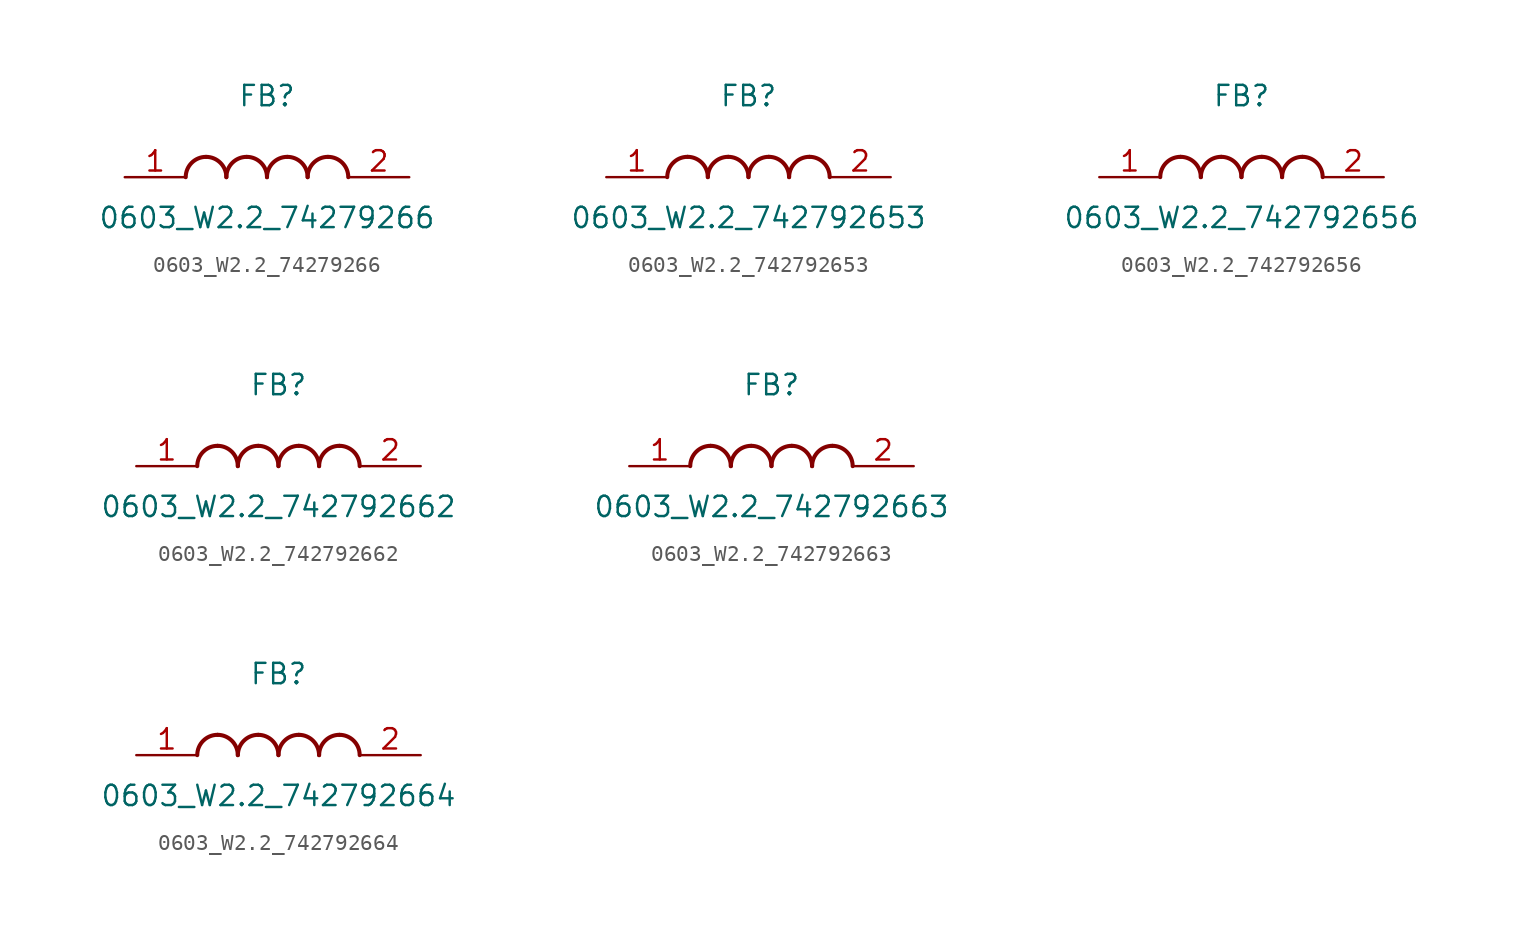
<source format=kicad_sym>
(kicad_symbol_lib
  (version 20211014)
  (generator kicad_symbol_editor)
  (symbol "Ferrite_Wurth_WE-CBF:0603_W2.2_74279266"
    (pin_names hide)
    (property "Reference" "FB"
      (at 0 5.08 0)
      (effects (font (size 1.27 1.27))))
    (property "Value" "0603_W2.2_74279266"
      (at 0 -2.54 0)
      (effects (font (size 1.27 1.27))))
    (symbol "0603_W2.2_74279266_0_1"
      (arc (start -3.81 1.27) (mid -4.708 0.898) (end -5.08 0) (stroke (width 0.254) (type default)) (fill (type none)))
      (arc (start -2.54 0) (mid -2.912 0.898) (end -3.81 1.27) (stroke (width 0.254) (type default)) (fill (type none)))
      (arc (start -1.2699 1.2701) (mid -2.1679 0.8981) (end -2.5399 0.0001) (stroke (width 0.254) (type default)) (fill (type none)))
      (arc (start 0.0001 0.0001) (mid -0.3719 0.8981) (end -1.2699 1.2701) (stroke (width 0.254) (type default)) (fill (type none)))
      (arc (start 1.2701 1.2701) (mid 0.3721 0.8981) (end 0.0001 0.0001) (stroke (width 0.254) (type default)) (fill (type none)))
      (arc (start 2.5401 0.0001) (mid 2.1681 0.8981) (end 1.2701 1.2701) (stroke (width 0.254) (type default)) (fill (type none)))
      (arc (start 3.8101 1.2701) (mid 2.9121 0.8981) (end 2.5401 0.0001) (stroke (width 0.254) (type default)) (fill (type none)))
      (arc (start 5.0801 0.0001) (mid 4.7081 0.8981) (end 3.8101 1.2701) (stroke (width 0.254) (type default)) (fill (type none))))
    (symbol "0603_W2.2_74279266_1_1"
      (pin passive line (at -8.89 0 0) (length 3.81) (name "1" (effects (font (size 1.27 1.27)))) (number "1" (effects (font (size 1.27 1.27)))))
      (pin passive line (at 8.89 0 180) (length 3.81) (name "2" (effects (font (size 1.27 1.27)))) (number "2" (effects (font (size 1.27 1.27)))))))
  (symbol "Ferrite_Wurth_WE-CBF:0603_W2.2_742792653"
    (pin_names hide)
    (property "Reference" "FB"
      (at 0 5.08 0)
      (effects (font (size 1.27 1.27))))
    (property "Value" "0603_W2.2_742792653"
      (at 0 -2.54 0)
      (effects (font (size 1.27 1.27))))
    (symbol "0603_W2.2_742792653_0_1"
      (arc (start -3.81 1.27) (mid -4.708 0.898) (end -5.08 0) (stroke (width 0.254) (type default)) (fill (type none)))
      (arc (start -2.54 0) (mid -2.912 0.898) (end -3.81 1.27) (stroke (width 0.254) (type default)) (fill (type none)))
      (arc (start -1.2699 1.2701) (mid -2.1679 0.8981) (end -2.5399 0.0001) (stroke (width 0.254) (type default)) (fill (type none)))
      (arc (start 0.0001 0.0001) (mid -0.3719 0.8981) (end -1.2699 1.2701) (stroke (width 0.254) (type default)) (fill (type none)))
      (arc (start 1.2701 1.2701) (mid 0.3721 0.8981) (end 0.0001 0.0001) (stroke (width 0.254) (type default)) (fill (type none)))
      (arc (start 2.5401 0.0001) (mid 2.1681 0.8981) (end 1.2701 1.2701) (stroke (width 0.254) (type default)) (fill (type none)))
      (arc (start 3.8101 1.2701) (mid 2.9121 0.8981) (end 2.5401 0.0001) (stroke (width 0.254) (type default)) (fill (type none)))
      (arc (start 5.0801 0.0001) (mid 4.7081 0.8981) (end 3.8101 1.2701) (stroke (width 0.254) (type default)) (fill (type none))))
    (symbol "0603_W2.2_742792653_1_1"
      (pin passive line (at -8.89 0 0) (length 3.81) (name "1" (effects (font (size 1.27 1.27)))) (number "1" (effects (font (size 1.27 1.27)))))
      (pin passive line (at 8.89 0 180) (length 3.81) (name "2" (effects (font (size 1.27 1.27)))) (number "2" (effects (font (size 1.27 1.27)))))))
  (symbol "Ferrite_Wurth_WE-CBF:0603_W2.2_742792656"
    (pin_names hide)
    (property "Reference" "FB"
      (at 0 5.08 0)
      (effects (font (size 1.27 1.27))))
    (property "Value" "0603_W2.2_742792656"
      (at 0 -2.54 0)
      (effects (font (size 1.27 1.27))))
    (symbol "0603_W2.2_742792656_0_1"
      (arc (start -3.81 1.27) (mid -4.708 0.898) (end -5.08 0) (stroke (width 0.254) (type default)) (fill (type none)))
      (arc (start -2.54 0) (mid -2.912 0.898) (end -3.81 1.27) (stroke (width 0.254) (type default)) (fill (type none)))
      (arc (start -1.2699 1.2701) (mid -2.1679 0.8981) (end -2.5399 0.0001) (stroke (width 0.254) (type default)) (fill (type none)))
      (arc (start 0.0001 0.0001) (mid -0.3719 0.8981) (end -1.2699 1.2701) (stroke (width 0.254) (type default)) (fill (type none)))
      (arc (start 1.2701 1.2701) (mid 0.3721 0.8981) (end 0.0001 0.0001) (stroke (width 0.254) (type default)) (fill (type none)))
      (arc (start 2.5401 0.0001) (mid 2.1681 0.8981) (end 1.2701 1.2701) (stroke (width 0.254) (type default)) (fill (type none)))
      (arc (start 3.8101 1.2701) (mid 2.9121 0.8981) (end 2.5401 0.0001) (stroke (width 0.254) (type default)) (fill (type none)))
      (arc (start 5.0801 0.0001) (mid 4.7081 0.8981) (end 3.8101 1.2701) (stroke (width 0.254) (type default)) (fill (type none))))
    (symbol "0603_W2.2_742792656_1_1"
      (pin passive line (at -8.89 0 0) (length 3.81) (name "1" (effects (font (size 1.27 1.27)))) (number "1" (effects (font (size 1.27 1.27)))))
      (pin passive line (at 8.89 0 180) (length 3.81) (name "2" (effects (font (size 1.27 1.27)))) (number "2" (effects (font (size 1.27 1.27)))))))
  (symbol "Ferrite_Wurth_WE-CBF:0603_W2.2_742792662"
    (pin_names hide)
    (property "Reference" "FB"
      (at 0 5.08 0)
      (effects (font (size 1.27 1.27))))
    (property "Value" "0603_W2.2_742792662"
      (at 0 -2.54 0)
      (effects (font (size 1.27 1.27))))
    (symbol "0603_W2.2_742792662_0_1"
      (arc (start -3.81 1.27) (mid -4.708 0.898) (end -5.08 0) (stroke (width 0.254) (type default)) (fill (type none)))
      (arc (start -2.54 0) (mid -2.912 0.898) (end -3.81 1.27) (stroke (width 0.254) (type default)) (fill (type none)))
      (arc (start -1.2699 1.2701) (mid -2.1679 0.8981) (end -2.5399 0.0001) (stroke (width 0.254) (type default)) (fill (type none)))
      (arc (start 0.0001 0.0001) (mid -0.3719 0.8981) (end -1.2699 1.2701) (stroke (width 0.254) (type default)) (fill (type none)))
      (arc (start 1.2701 1.2701) (mid 0.3721 0.8981) (end 0.0001 0.0001) (stroke (width 0.254) (type default)) (fill (type none)))
      (arc (start 2.5401 0.0001) (mid 2.1681 0.8981) (end 1.2701 1.2701) (stroke (width 0.254) (type default)) (fill (type none)))
      (arc (start 3.8101 1.2701) (mid 2.9121 0.8981) (end 2.5401 0.0001) (stroke (width 0.254) (type default)) (fill (type none)))
      (arc (start 5.0801 0.0001) (mid 4.7081 0.8981) (end 3.8101 1.2701) (stroke (width 0.254) (type default)) (fill (type none))))
    (symbol "0603_W2.2_742792662_1_1"
      (pin passive line (at -8.89 0 0) (length 3.81) (name "1" (effects (font (size 1.27 1.27)))) (number "1" (effects (font (size 1.27 1.27)))))
      (pin passive line (at 8.89 0 180) (length 3.81) (name "2" (effects (font (size 1.27 1.27)))) (number "2" (effects (font (size 1.27 1.27)))))))
  (symbol "Ferrite_Wurth_WE-CBF:0603_W2.2_742792663"
    (pin_names hide)
    (property "Reference" "FB"
      (at 0 5.08 0)
      (effects (font (size 1.27 1.27))))
    (property "Value" "0603_W2.2_742792663"
      (at 0 -2.54 0)
      (effects (font (size 1.27 1.27))))
    (symbol "0603_W2.2_742792663_0_1"
      (arc (start -3.81 1.27) (mid -4.708 0.898) (end -5.08 0) (stroke (width 0.254) (type default)) (fill (type none)))
      (arc (start -2.54 0) (mid -2.912 0.898) (end -3.81 1.27) (stroke (width 0.254) (type default)) (fill (type none)))
      (arc (start -1.2699 1.2701) (mid -2.1679 0.8981) (end -2.5399 0.0001) (stroke (width 0.254) (type default)) (fill (type none)))
      (arc (start 0.0001 0.0001) (mid -0.3719 0.8981) (end -1.2699 1.2701) (stroke (width 0.254) (type default)) (fill (type none)))
      (arc (start 1.2701 1.2701) (mid 0.3721 0.8981) (end 0.0001 0.0001) (stroke (width 0.254) (type default)) (fill (type none)))
      (arc (start 2.5401 0.0001) (mid 2.1681 0.8981) (end 1.2701 1.2701) (stroke (width 0.254) (type default)) (fill (type none)))
      (arc (start 3.8101 1.2701) (mid 2.9121 0.8981) (end 2.5401 0.0001) (stroke (width 0.254) (type default)) (fill (type none)))
      (arc (start 5.0801 0.0001) (mid 4.7081 0.8981) (end 3.8101 1.2701) (stroke (width 0.254) (type default)) (fill (type none))))
    (symbol "0603_W2.2_742792663_1_1"
      (pin passive line (at -8.89 0 0) (length 3.81) (name "1" (effects (font (size 1.27 1.27)))) (number "1" (effects (font (size 1.27 1.27)))))
      (pin passive line (at 8.89 0 180) (length 3.81) (name "2" (effects (font (size 1.27 1.27)))) (number "2" (effects (font (size 1.27 1.27)))))))
  (symbol "Ferrite_Wurth_WE-CBF:0603_W2.2_742792664"
    (pin_names hide)
    (property "Reference" "FB"
      (at 0 5.08 0)
      (effects (font (size 1.27 1.27))))
    (property "Value" "0603_W2.2_742792664"
      (at 0 -2.54 0)
      (effects (font (size 1.27 1.27))))
    (symbol "0603_W2.2_742792664_0_1"
      (arc (start -3.81 1.27) (mid -4.708 0.898) (end -5.08 0) (stroke (width 0.254) (type default)) (fill (type none)))
      (arc (start -2.54 0) (mid -2.912 0.898) (end -3.81 1.27) (stroke (width 0.254) (type default)) (fill (type none)))
      (arc (start -1.2699 1.2701) (mid -2.1679 0.8981) (end -2.5399 0.0001) (stroke (width 0.254) (type default)) (fill (type none)))
      (arc (start 0.0001 0.0001) (mid -0.3719 0.8981) (end -1.2699 1.2701) (stroke (width 0.254) (type default)) (fill (type none)))
      (arc (start 1.2701 1.2701) (mid 0.3721 0.8981) (end 0.0001 0.0001) (stroke (width 0.254) (type default)) (fill (type none)))
      (arc (start 2.5401 0.0001) (mid 2.1681 0.8981) (end 1.2701 1.2701) (stroke (width 0.254) (type default)) (fill (type none)))
      (arc (start 3.8101 1.2701) (mid 2.9121 0.8981) (end 2.5401 0.0001) (stroke (width 0.254) (type default)) (fill (type none)))
      (arc (start 5.0801 0.0001) (mid 4.7081 0.8981) (end 3.8101 1.2701) (stroke (width 0.254) (type default)) (fill (type none))))
    (symbol "0603_W2.2_742792664_1_1"
      (pin passive line (at -8.89 0 0) (length 3.81) (name "1" (effects (font (size 1.27 1.27)))) (number "1" (effects (font (size 1.27 1.27)))))
      (pin passive line (at 8.89 0 180) (length 3.81) (name "2" (effects (font (size 1.27 1.27)))) (number "2" (effects (font (size 1.27 1.27))))))))
</source>
